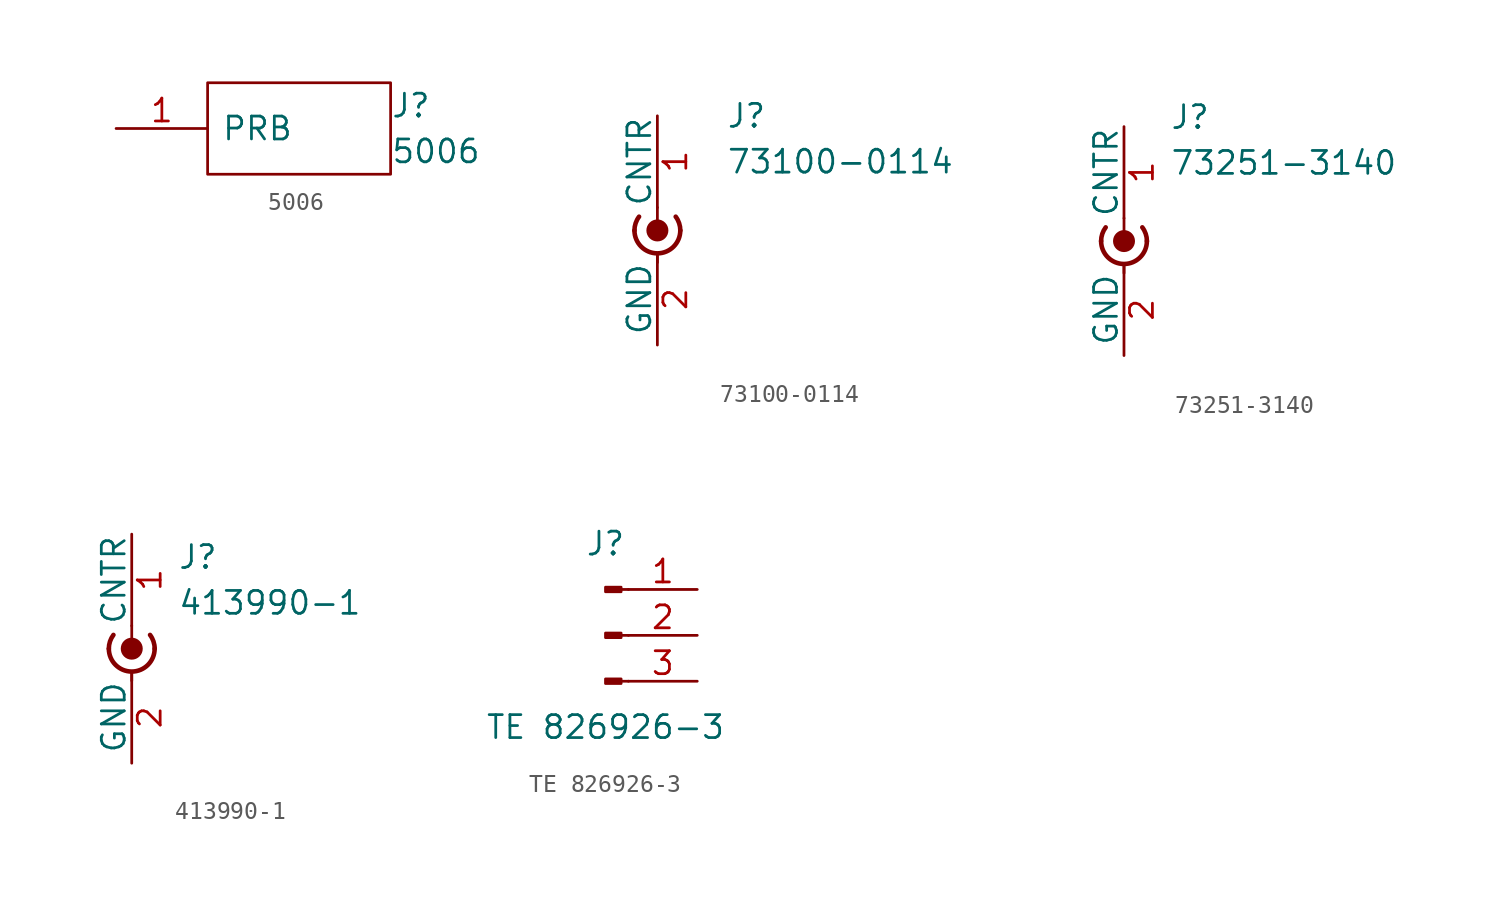
<source format=kicad_sym>
(kicad_symbol_lib
  (version 20220914)
  (generator kicad_symbol_editor)
  (symbol "5006"
    (pin_names
      (offset 0.762))
    (property "Reference" "J"
      (at 15.24 1.27 0)
      (effects (font (size 1.27 1.27)) (justify left)))
    (property "Value" "5006"
      (at 15.24 -1.27 0)
      (effects (font (size 1.27 1.27)) (justify left)))
    (symbol "5006_0_0"
      (pin passive line (at 0 0 0) (length 5.08) (name "PRB" (effects (font (size 1.27 1.27)))) (number "1" (effects (font (size 1.27 1.27))))))
    (symbol "5006_0_1"
      (polyline (pts (xy 5.08 2.54) (xy 15.24 2.54) (xy 15.24 -2.54) (xy 5.08 -2.54) (xy 5.08 2.54)) (stroke (width 0.152) (type solid)) (fill (type none)))))
  (symbol "73100-0114"
    (pin_names
      (offset 0))
    (property "Reference" "J"
      (at 3.81 0 0)
      (effects (font (size 1.27 1.27)) (justify left)))
    (property "Value" "73100-0114"
      (at 3.81 -2.54 0)
      (effects (font (size 1.27 1.27)) (justify left)))
    (symbol "73100-0114_0_0"
      (pin bidirectional line (at 0 0 270) (length 5.08) (name "CNTR" (effects (font (size 1.27 1.27)))) (number "1" (effects (font (size 1.27 1.27)))))
      (pin passive line (at 0 -12.7 90) (length 5.08) (name "GND" (effects (font (size 1.27 1.27)))) (number "2" (effects (font (size 1.27 1.27)))))
      (pin passive line (at 0 -12.7 90) (length 5.08) hide (name "GND" (effects (font (size 1.27 1.27)))) (number "3" (effects (font (size 1.27 1.27)))))
      (pin passive line (at 0 -12.7 90) (length 5.08) hide (name "GND" (effects (font (size 1.27 1.27)))) (number "4" (effects (font (size 1.27 1.27)))))
      (pin passive line (at 0 -12.7 90) (length 5.08) hide (name "GND" (effects (font (size 1.27 1.27)))) (number "5" (effects (font (size 1.27 1.27))))))
    (symbol "73100-0114_0_1"
      (arc (start -1.2695 -6.3498) (mid 0.0005 -7.6143) (end 1.2705 -6.3498) (stroke (width 0.254) (type default)) (fill (type none)))
      (arc (start -1.0155 -5.5878) (mid -1.2043 -5.9482) (end -1.2695 -6.3498) (stroke (width 0.254) (type default)) (fill (type none)))
      (polyline (pts (xy 0.001 -7.62) (xy 0.001 -8.128)) (stroke (width 0) (type default)) (fill (type none)))
      (polyline (pts (xy 0.001 -5.08) (xy 0.001 -6.35)) (stroke (width 0) (type default)) (fill (type none)))
      (circle (center 0.001 -6.35) (radius 0.508) (stroke (width 0.203) (type default)) (fill (type outline)))
      (arc (start 1.2705 -6.3498) (mid 1.2053 -5.9482) (end 1.0165 -5.5878) (stroke (width 0.254) (type default)) (fill (type none)))))
  (symbol "73251-3140"
    (pin_names
      (offset 0))
    (property "Reference" "J"
      (at 2.54 1.27 0)
      (effects (font (size 1.27 1.27)) (justify left top)))
    (property "Value" "73251-3140"
      (at 2.54 -1.27 0)
      (effects (font (size 1.27 1.27)) (justify left top)))
    (symbol "73251-3140_0_0"
      (pin bidirectional line (at 0 0 270) (length 5.08) (name "CNTR" (effects (font (size 1.27 1.27)))) (number "1" (effects (font (size 1.27 1.27)))))
      (pin passive line (at 0 -12.7 90) (length 5.08) (name "GND" (effects (font (size 1.27 1.27)))) (number "2" (effects (font (size 1.27 1.27)))))
      (pin passive line (at 0 -12.7 90) (length 5.08) hide (name "GND" (effects (font (size 1.27 1.27)))) (number "3" (effects (font (size 1.27 1.27)))))
      (pin passive line (at 0 -12.7 90) (length 5.08) hide (name "GND" (effects (font (size 1.27 1.27)))) (number "4" (effects (font (size 1.27 1.27)))))
      (pin passive line (at 0 -12.7 90) (length 5.08) hide (name "GND" (effects (font (size 1.27 1.27)))) (number "5" (effects (font (size 1.27 1.27))))))
    (symbol "73251-3140_0_1"
      (arc (start -1.2695 -6.3498) (mid 0.0005 -7.6143) (end 1.2705 -6.3498) (stroke (width 0.254) (type default)) (fill (type none)))
      (arc (start -1.0155 -5.5878) (mid -1.2043 -5.9482) (end -1.2695 -6.3498) (stroke (width 0.254) (type default)) (fill (type none)))
      (polyline (pts (xy 0.001 -7.62) (xy 0.001 -8.128)) (stroke (width 0) (type default)) (fill (type none)))
      (polyline (pts (xy 0.001 -5.08) (xy 0.001 -6.35)) (stroke (width 0) (type default)) (fill (type none)))
      (circle (center 0.001 -6.35) (radius 0.508) (stroke (width 0.203) (type default)) (fill (type outline)))
      (arc (start 1.2705 -6.3498) (mid 1.2053 -5.9482) (end 1.0165 -5.5878) (stroke (width 0.254) (type default)) (fill (type none)))))
  (symbol "413990-1"
    (pin_names
      (offset 0))
    (property "Reference" "J"
      (at 2.54 -1.27 0)
      (effects (font (size 1.27 1.27)) (justify left)))
    (property "Value" "413990-1"
      (at 2.54 -3.81 0)
      (effects (font (size 1.27 1.27)) (justify left)))
    (symbol "413990-1_0_0"
      (pin passive line (at 0 0 270) (length 5.08) (name "CNTR" (effects (font (size 1.27 1.27)))) (number "1" (effects (font (size 1.27 1.27)))))
      (pin passive line (at 0 -12.7 90) (length 5.08) (name "GND" (effects (font (size 1.27 1.27)))) (number "2" (effects (font (size 1.27 1.27)))))
      (pin passive line (at 0 -12.7 90) (length 5.08) hide (name "GND" (effects (font (size 1.27 1.27)))) (number "3" (effects (font (size 1.27 1.27)))))
      (pin passive line (at 0 -12.7 90) (length 5.08) hide (name "GND" (effects (font (size 1.27 1.27)))) (number "4" (effects (font (size 1.27 1.27)))))
      (pin passive line (at 0 -12.7 90) (length 5.08) hide (name "GND" (effects (font (size 1.27 1.27)))) (number "5" (effects (font (size 1.27 1.27))))))
    (symbol "413990-1_0_1"
      (arc (start -1.2695 -6.3498) (mid 0.0005 -7.6143) (end 1.2705 -6.3498) (stroke (width 0.254) (type default)) (fill (type none)))
      (arc (start -1.0155 -5.5878) (mid -1.2043 -5.9482) (end -1.2695 -6.3498) (stroke (width 0.254) (type default)) (fill (type none)))
      (polyline (pts (xy 0.001 -7.62) (xy 0.001 -8.128)) (stroke (width 0) (type default)) (fill (type none)))
      (polyline (pts (xy 0.001 -5.08) (xy 0.001 -6.35)) (stroke (width 0) (type default)) (fill (type none)))
      (circle (center 0.001 -6.35) (radius 0.508) (stroke (width 0.203) (type default)) (fill (type outline)))
      (arc (start 1.2705 -6.3498) (mid 1.2053 -5.9482) (end 1.0165 -5.5878) (stroke (width 0.254) (type default)) (fill (type none)))))
  (symbol "TE 826926-3"
    (pin_names
      (offset 1.016) hide)
    (property "Reference" "J"
      (at 0 5.08 0)
      (effects (font (size 1.27 1.27))))
    (property "Value" "TE 826926-3"
      (at 0 -5.08 0)
      (effects (font (size 1.27 1.27))))
    (symbol "TE 826926-3_1_1"
      (polyline (pts (xy 1.27 -2.54) (xy 0.864 -2.54)) (stroke (width 0.152) (type default)) (fill (type none)))
      (polyline (pts (xy 1.27 0) (xy 0.864 0)) (stroke (width 0.152) (type default)) (fill (type none)))
      (polyline (pts (xy 1.27 2.54) (xy 0.864 2.54)) (stroke (width 0.152) (type default)) (fill (type none)))
      (rectangle (start 0.864 -2.413) (end 0 -2.667) (stroke (width 0.152) (type default)) (fill (type outline)))
      (rectangle (start 0.864 0.127) (end 0 -0.127) (stroke (width 0.152) (type default)) (fill (type outline)))
      (rectangle (start 0.864 2.667) (end 0 2.413) (stroke (width 0.152) (type default)) (fill (type outline)))
      (pin passive line (at 5.08 2.54 180) (length 3.81) (name "Pin_1" (effects (font (size 1.27 1.27)))) (number "1" (effects (font (size 1.27 1.27)))))
      (pin passive line (at 5.08 0 180) (length 3.81) (name "Pin_2" (effects (font (size 1.27 1.27)))) (number "2" (effects (font (size 1.27 1.27)))))
      (pin passive line (at 5.08 -2.54 180) (length 3.81) (name "Pin_3" (effects (font (size 1.27 1.27)))) (number "3" (effects (font (size 1.27 1.27))))))))
</source>
